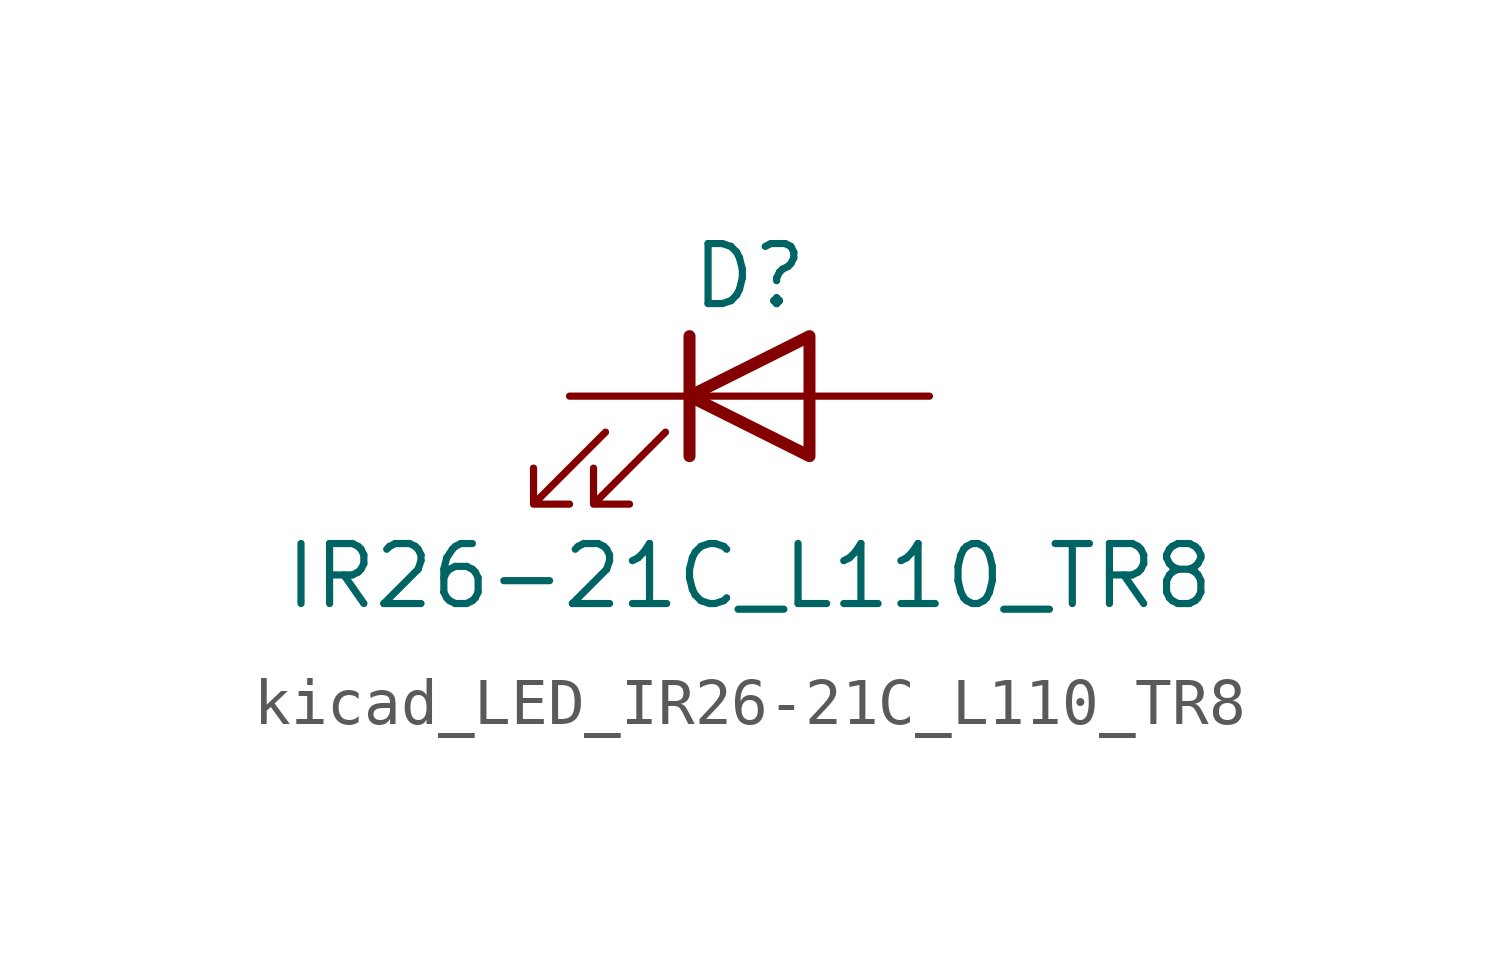
<source format=kicad_sym>
(kicad_symbol_lib
  (version 20220914)
  (generator kicad_symbol_editor)
  (symbol "kicad_LED_IR26-21C_L110_TR8"
    (pin_numbers hide)
    (pin_names
      (offset 1.016) hide)
    (property "Reference" "D"
      (at 0 2.54 0)
      (effects (font (size 1.27 1.27))))
    (property "Value" "IR26-21C_L110_TR8"
      (at 0 -3.81 0)
      (effects (font (size 1.27 1.27))))
    (symbol "kicad_LED_IR26-21C_L110_TR8_0_1"
      (polyline (pts (xy -1.27 -1.27) (xy -1.27 1.27)) (stroke (width 0.254) (type default)) (fill (type none)))
      (polyline (pts (xy -1.27 0) (xy 1.27 0)) (stroke (width 0) (type default)) (fill (type none)))
      (polyline (pts (xy 1.27 -1.27) (xy 1.27 1.27) (xy -1.27 0) (xy 1.27 -1.27)) (stroke (width 0.254) (type default)) (fill (type none)))
      (polyline (pts (xy -3.048 -0.762) (xy -4.572 -2.286) (xy -3.81 -2.286) (xy -4.572 -2.286) (xy -4.572 -1.524)) (stroke (width 0) (type default)) (fill (type none)))
      (polyline (pts (xy -1.778 -0.762) (xy -3.302 -2.286) (xy -2.54 -2.286) (xy -3.302 -2.286) (xy -3.302 -1.524)) (stroke (width 0) (type default)) (fill (type none))))
    (symbol "kicad_LED_IR26-21C_L110_TR8_1_1"
      (pin passive line (at -3.81 0 0) (length 2.54) (name "K" (effects (font (size 1.27 1.27)))) (number "1" (effects (font (size 1.27 1.27)))))
      (pin passive line (at 3.81 0 180) (length 2.54) (name "A" (effects (font (size 1.27 1.27)))) (number "2" (effects (font (size 1.27 1.27))))))))
</source>
